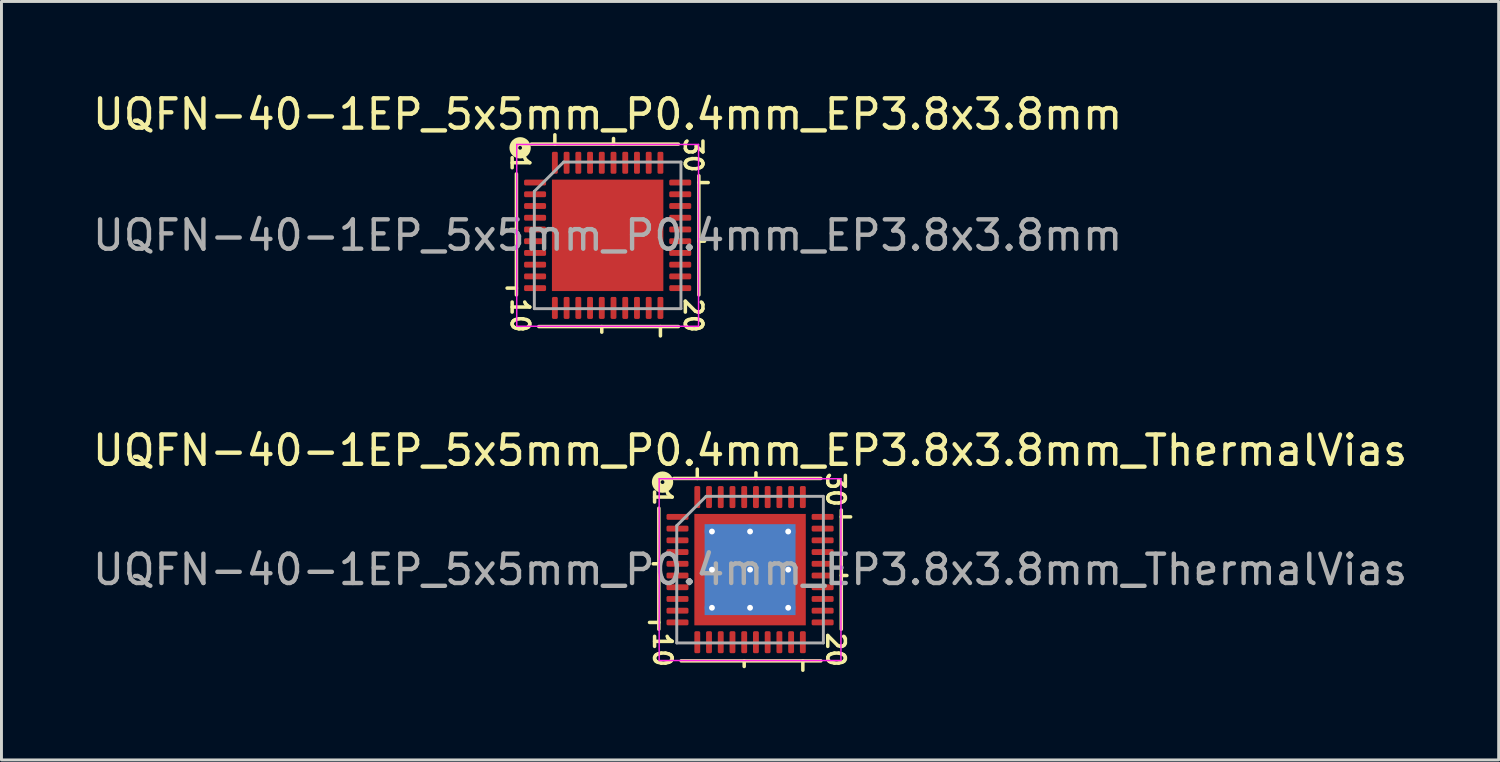
<source format=kicad_pcb>
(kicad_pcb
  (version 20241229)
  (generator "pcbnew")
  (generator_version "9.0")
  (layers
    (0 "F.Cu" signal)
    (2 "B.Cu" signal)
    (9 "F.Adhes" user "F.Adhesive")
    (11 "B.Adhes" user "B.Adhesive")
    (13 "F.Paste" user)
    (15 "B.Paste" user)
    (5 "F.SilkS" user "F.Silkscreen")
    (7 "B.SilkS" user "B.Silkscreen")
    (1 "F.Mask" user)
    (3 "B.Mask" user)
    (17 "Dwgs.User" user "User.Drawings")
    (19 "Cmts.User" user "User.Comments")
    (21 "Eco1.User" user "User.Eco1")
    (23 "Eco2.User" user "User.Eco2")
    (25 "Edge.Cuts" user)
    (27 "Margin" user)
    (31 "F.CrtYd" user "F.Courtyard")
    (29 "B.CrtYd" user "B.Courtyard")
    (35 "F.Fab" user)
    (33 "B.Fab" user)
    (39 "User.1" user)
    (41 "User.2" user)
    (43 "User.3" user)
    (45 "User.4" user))
  (footprint "UQFN-40-1EP_5x5mm_P0.4mm_EP3.8x3.8mm"
    (layer "F.Cu")
    (at 17.673 4.976)
    (property "Reference" "UQFN-40-1EP_5x5mm_P0.4mm_EP3.8x3.8mm" (at 0 -4.128 0) (layer "F.SilkS") (effects (font (size 1 1) (thickness 0.15))))
    (attr smd)
    (fp_line (start -3.111 -2.095) (end -3.111 2.032) (stroke (width 0.12) (type solid)) (layer "F.SilkS"))
    (fp_line (start -3.111 -0.2) (end -3.302 -0.2) (stroke (width 0.12) (type solid)) (layer "F.SilkS"))
    (fp_line (start -3.111 1.8) (end -3.429 1.8) (stroke (width 0.12) (type solid)) (layer "F.SilkS"))
    (fp_line (start -2.349 3.111) (end 2.413 3.111) (stroke (width 0.12) (type solid)) (layer "F.SilkS"))
    (fp_line (start -1.8 -3.111) (end -1.8 -3.429) (stroke (width 0.12) (type solid)) (layer "F.SilkS"))
    (fp_line (start -0.2 3.111) (end -0.2 3.302) (stroke (width 0.12) (type solid)) (layer "F.SilkS"))
    (fp_line (start 0.2 -3.111) (end 0.2 -3.302) (stroke (width 0.12) (type solid)) (layer "F.SilkS"))
    (fp_line (start 1.8 3.111) (end 1.8 3.429) (stroke (width 0.12) (type solid)) (layer "F.SilkS"))
    (fp_line (start 2.413 -3.111) (end -2.603 -3.111) (stroke (width 0.12) (type solid)) (layer "F.SilkS"))
    (fp_line (start 3.111 -1.8) (end 3.429 -1.8) (stroke (width 0.12) (type solid)) (layer "F.SilkS"))
    (fp_line (start 3.111 0.2) (end 3.302 0.2) (stroke (width 0.12) (type solid)) (layer "F.SilkS"))
    (fp_line (start 3.111 2.032) (end 3.111 -2.032) (stroke (width 0.12) (type solid)) (layer "F.SilkS"))
    (fp_circle (center -2.985 -2.985) (end -2.921 -2.985) (stroke (width 0.3) (type solid)) (fill no) (layer "F.SilkS"))
    (fp_line (start -3.1 -3.1) (end -3.1 3.1) (stroke (width 0.05) (type solid)) (layer "F.CrtYd"))
    (fp_line (start -3.1 3.1) (end 3.1 3.1) (stroke (width 0.05) (type solid)) (layer "F.CrtYd"))
    (fp_line (start 3.1 -3.1) (end -3.1 -3.1) (stroke (width 0.05) (type solid)) (layer "F.CrtYd"))
    (fp_line (start 3.1 3.1) (end 3.1 -3.1) (stroke (width 0.05) (type solid)) (layer "F.CrtYd"))
    (fp_line (start -2.5 -1.5) (end -1.5 -2.5) (stroke (width 0.1) (type solid)) (layer "F.Fab"))
    (fp_line (start -2.5 2.5) (end -2.5 -1.5) (stroke (width 0.1) (type solid)) (layer "F.Fab"))
    (fp_line (start -1.5 -2.5) (end 2.5 -2.5) (stroke (width 0.1) (type solid)) (layer "F.Fab"))
    (fp_line (start 2.5 -2.5) (end 2.5 2.5) (stroke (width 0.1) (type solid)) (layer "F.Fab"))
    (fp_line (start 2.5 2.5) (end -2.5 2.5) (stroke (width 0.1) (type solid)) (layer "F.Fab"))
    (fp_text user "20" (at 2.921 2.731 270) (unlocked yes) (layer "F.SilkS") (effects (font (size 0.6 0.6) (thickness 0.12))))
    (fp_text user "10" (at -2.985 2.731 270) (unlocked yes) (layer "F.SilkS") (effects (font (size 0.6 0.6) (thickness 0.12))))
    (fp_text user "30" (at 2.921 -2.731 270) (unlocked yes) (layer "F.SilkS") (effects (font (size 0.6 0.6) (thickness 0.12))))
    (fp_text user "1" (at -2.985 -2.477 270) (unlocked yes) (layer "F.SilkS") (effects (font (size 0.6 0.6) (thickness 0.12))))
    (fp_text user "${REFERENCE}" (at 0 0 0) (layer "F.Fab") (effects (font (size 1 1) (thickness 0.15))))
    (pad "" smd roundrect (at -1.27 -1.27) (size 1.02 1.02) (layers "F.Paste") (roundrect_rratio 0.245))
    (pad "" smd roundrect (at -1.27 0) (size 1.02 1.02) (layers "F.Paste") (roundrect_rratio 0.245))
    (pad "" smd roundrect (at -1.27 1.27) (size 1.02 1.02) (layers "F.Paste") (roundrect_rratio 0.245))
    (pad "" smd roundrect (at 0 -1.27) (size 1.02 1.02) (layers "F.Paste") (roundrect_rratio 0.245))
    (pad "" smd roundrect (at 0 0) (size 1.02 1.02) (layers "F.Paste") (roundrect_rratio 0.245))
    (pad "" smd roundrect (at 0 1.27) (size 1.02 1.02) (layers "F.Paste") (roundrect_rratio 0.245))
    (pad "" smd roundrect (at 1.27 -1.27) (size 1.02 1.02) (layers "F.Paste") (roundrect_rratio 0.245))
    (pad "" smd roundrect (at 1.27 0) (size 1.02 1.02) (layers "F.Paste") (roundrect_rratio 0.245))
    (pad "" smd roundrect (at 1.27 1.27) (size 1.02 1.02) (layers "F.Paste") (roundrect_rratio 0.245))
    (pad "1" smd roundrect (at -2.475 -1.8) (size 0.75 0.2) (layers "F.Cu" "F.Mask" "F.Paste") (roundrect_rratio 0.25))
    (pad "2" smd roundrect (at -2.475 -1.4) (size 0.75 0.2) (layers "F.Cu" "F.Mask" "F.Paste") (roundrect_rratio 0.25))
    (pad "3" smd roundrect (at -2.475 -1) (size 0.75 0.2) (layers "F.Cu" "F.Mask" "F.Paste") (roundrect_rratio 0.25))
    (pad "4" smd roundrect (at -2.475 -0.6) (size 0.75 0.2) (layers "F.Cu" "F.Mask" "F.Paste") (roundrect_rratio 0.25))
    (pad "5" smd roundrect (at -2.475 -0.2) (size 0.75 0.2) (layers "F.Cu" "F.Mask" "F.Paste") (roundrect_rratio 0.25))
    (pad "6" smd roundrect (at -2.475 0.2) (size 0.75 0.2) (layers "F.Cu" "F.Mask" "F.Paste") (roundrect_rratio 0.25))
    (pad "7" smd roundrect (at -2.475 0.6) (size 0.75 0.2) (layers "F.Cu" "F.Mask" "F.Paste") (roundrect_rratio 0.25))
    (pad "8" smd roundrect (at -2.475 1) (size 0.75 0.2) (layers "F.Cu" "F.Mask" "F.Paste") (roundrect_rratio 0.25))
    (pad "9" smd roundrect (at -2.475 1.4) (size 0.75 0.2) (layers "F.Cu" "F.Mask" "F.Paste") (roundrect_rratio 0.25))
    (pad "10" smd roundrect (at -2.475 1.8) (size 0.75 0.2) (layers "F.Cu" "F.Mask" "F.Paste") (roundrect_rratio 0.25))
    (pad "11" smd roundrect (at -1.8 2.475) (size 0.2 0.75) (layers "F.Cu" "F.Mask" "F.Paste") (roundrect_rratio 0.25))
    (pad "12" smd roundrect (at -1.4 2.475) (size 0.2 0.75) (layers "F.Cu" "F.Mask" "F.Paste") (roundrect_rratio 0.25))
    (pad "13" smd roundrect (at -1 2.475) (size 0.2 0.75) (layers "F.Cu" "F.Mask" "F.Paste") (roundrect_rratio 0.25))
    (pad "14" smd roundrect (at -0.6 2.475) (size 0.2 0.75) (layers "F.Cu" "F.Mask" "F.Paste") (roundrect_rratio 0.25))
    (pad "15" smd roundrect (at -0.2 2.475) (size 0.2 0.75) (layers "F.Cu" "F.Mask" "F.Paste") (roundrect_rratio 0.25))
    (pad "16" smd roundrect (at 0.2 2.475) (size 0.2 0.75) (layers "F.Cu" "F.Mask" "F.Paste") (roundrect_rratio 0.25))
    (pad "17" smd roundrect (at 0.6 2.475) (size 0.2 0.75) (layers "F.Cu" "F.Mask" "F.Paste") (roundrect_rratio 0.25))
    (pad "18" smd roundrect (at 1 2.475) (size 0.2 0.75) (layers "F.Cu" "F.Mask" "F.Paste") (roundrect_rratio 0.25))
    (pad "19" smd roundrect (at 1.4 2.475) (size 0.2 0.75) (layers "F.Cu" "F.Mask" "F.Paste") (roundrect_rratio 0.25))
    (pad "20" smd roundrect (at 1.8 2.475) (size 0.2 0.75) (layers "F.Cu" "F.Mask" "F.Paste") (roundrect_rratio 0.25))
    (pad "21" smd roundrect (at 2.475 1.8) (size 0.75 0.2) (layers "F.Cu" "F.Mask" "F.Paste") (roundrect_rratio 0.25))
    (pad "22" smd roundrect (at 2.475 1.4) (size 0.75 0.2) (layers "F.Cu" "F.Mask" "F.Paste") (roundrect_rratio 0.25))
    (pad "23" smd roundrect (at 2.475 1) (size 0.75 0.2) (layers "F.Cu" "F.Mask" "F.Paste") (roundrect_rratio 0.25))
    (pad "24" smd roundrect (at 2.475 0.6) (size 0.75 0.2) (layers "F.Cu" "F.Mask" "F.Paste") (roundrect_rratio 0.25))
    (pad "25" smd roundrect (at 2.475 0.2) (size 0.75 0.2) (layers "F.Cu" "F.Mask" "F.Paste") (roundrect_rratio 0.25))
    (pad "26" smd roundrect (at 2.475 -0.2) (size 0.75 0.2) (layers "F.Cu" "F.Mask" "F.Paste") (roundrect_rratio 0.25))
    (pad "27" smd roundrect (at 2.475 -0.6) (size 0.75 0.2) (layers "F.Cu" "F.Mask" "F.Paste") (roundrect_rratio 0.25))
    (pad "28" smd roundrect (at 2.475 -1) (size 0.75 0.2) (layers "F.Cu" "F.Mask" "F.Paste") (roundrect_rratio 0.25))
    (pad "29" smd roundrect (at 2.475 -1.4) (size 0.75 0.2) (layers "F.Cu" "F.Mask" "F.Paste") (roundrect_rratio 0.25))
    (pad "30" smd roundrect (at 2.475 -1.8) (size 0.75 0.2) (layers "F.Cu" "F.Mask" "F.Paste") (roundrect_rratio 0.25))
    (pad "31" smd roundrect (at 1.8 -2.475) (size 0.2 0.75) (layers "F.Cu" "F.Mask" "F.Paste") (roundrect_rratio 0.25))
    (pad "32" smd roundrect (at 1.4 -2.475) (size 0.2 0.75) (layers "F.Cu" "F.Mask" "F.Paste") (roundrect_rratio 0.25))
    (pad "33" smd roundrect (at 1 -2.475) (size 0.2 0.75) (layers "F.Cu" "F.Mask" "F.Paste") (roundrect_rratio 0.25))
    (pad "34" smd roundrect (at 0.6 -2.475) (size 0.2 0.75) (layers "F.Cu" "F.Mask" "F.Paste") (roundrect_rratio 0.25))
    (pad "35" smd roundrect (at 0.2 -2.475) (size 0.2 0.75) (layers "F.Cu" "F.Mask" "F.Paste") (roundrect_rratio 0.25))
    (pad "36" smd roundrect (at -0.2 -2.475) (size 0.2 0.75) (layers "F.Cu" "F.Mask" "F.Paste") (roundrect_rratio 0.25))
    (pad "37" smd roundrect (at -0.6 -2.475) (size 0.2 0.75) (layers "F.Cu" "F.Mask" "F.Paste") (roundrect_rratio 0.25))
    (pad "38" smd roundrect (at -1 -2.475) (size 0.2 0.75) (layers "F.Cu" "F.Mask" "F.Paste") (roundrect_rratio 0.25))
    (pad "39" smd roundrect (at -1.4 -2.475) (size 0.2 0.75) (layers "F.Cu" "F.Mask" "F.Paste") (roundrect_rratio 0.25))
    (pad "40" smd roundrect (at -1.8 -2.475) (size 0.2 0.75) (layers "F.Cu" "F.Mask" "F.Paste") (roundrect_rratio 0.25))
    (pad "41" smd rect (at 0 0) (size 3.8 3.8) (layers "F.Cu" "F.Mask")))
  (footprint "UQFN-40-1EP_5x5mm_P0.4mm_EP3.8x3.8mm_ThermalVias"
    (layer "F.Cu")
    (at 22.53 16.377)
    (property "Reference" "UQFN-40-1EP_5x5mm_P0.4mm_EP3.8x3.8mm_ThermalVias" (at 0 -4.064 0) (layer "F.SilkS") (effects (font (size 1 1) (thickness 0.15))))
    (attr smd)
    (fp_line (start -3.111 -2.095) (end -3.111 2.032) (stroke (width 0.12) (type solid)) (layer "F.SilkS"))
    (fp_line (start -3.111 -0.2) (end -3.302 -0.2) (stroke (width 0.12) (type solid)) (layer "F.SilkS"))
    (fp_line (start -3.111 1.8) (end -3.429 1.8) (stroke (width 0.12) (type solid)) (layer "F.SilkS"))
    (fp_line (start -2.349 3.111) (end 2.413 3.111) (stroke (width 0.12) (type solid)) (layer "F.SilkS"))
    (fp_line (start -1.8 -3.111) (end -1.8 -3.429) (stroke (width 0.12) (type solid)) (layer "F.SilkS"))
    (fp_line (start -0.2 3.111) (end -0.2 3.302) (stroke (width 0.12) (type solid)) (layer "F.SilkS"))
    (fp_line (start 0.2 -3.111) (end 0.2 -3.302) (stroke (width 0.12) (type solid)) (layer "F.SilkS"))
    (fp_line (start 1.8 3.111) (end 1.8 3.429) (stroke (width 0.12) (type solid)) (layer "F.SilkS"))
    (fp_line (start 2.413 -3.111) (end -2.603 -3.111) (stroke (width 0.12) (type solid)) (layer "F.SilkS"))
    (fp_line (start 3.111 -1.8) (end 3.429 -1.8) (stroke (width 0.12) (type solid)) (layer "F.SilkS"))
    (fp_line (start 3.111 0.2) (end 3.302 0.2) (stroke (width 0.12) (type solid)) (layer "F.SilkS"))
    (fp_line (start 3.111 2.032) (end 3.111 -2.032) (stroke (width 0.12) (type solid)) (layer "F.SilkS"))
    (fp_circle (center -2.985 -2.985) (end -2.921 -2.985) (stroke (width 0.3) (type solid)) (fill no) (layer "F.SilkS"))
    (fp_line (start -3.1 -3.1) (end -3.1 3.1) (stroke (width 0.05) (type solid)) (layer "F.CrtYd"))
    (fp_line (start -3.1 3.1) (end 3.1 3.1) (stroke (width 0.05) (type solid)) (layer "F.CrtYd"))
    (fp_line (start 3.1 -3.1) (end -3.1 -3.1) (stroke (width 0.05) (type solid)) (layer "F.CrtYd"))
    (fp_line (start 3.1 3.1) (end 3.1 -3.1) (stroke (width 0.05) (type solid)) (layer "F.CrtYd"))
    (fp_line (start -2.5 -1.5) (end -1.5 -2.5) (stroke (width 0.1) (type solid)) (layer "F.Fab"))
    (fp_line (start -2.5 2.5) (end -2.5 -1.5) (stroke (width 0.1) (type solid)) (layer "F.Fab"))
    (fp_line (start -1.5 -2.5) (end 2.5 -2.5) (stroke (width 0.1) (type solid)) (layer "F.Fab"))
    (fp_line (start 2.5 -2.5) (end 2.5 2.5) (stroke (width 0.1) (type solid)) (layer "F.Fab"))
    (fp_line (start 2.5 2.5) (end -2.5 2.5) (stroke (width 0.1) (type solid)) (layer "F.Fab"))
    (fp_text user "30" (at 2.921 -2.731 270) (unlocked yes) (layer "F.SilkS") (effects (font (size 0.6 0.6) (thickness 0.12))))
    (fp_text user "20" (at 2.921 2.731 270) (unlocked yes) (layer "F.SilkS") (effects (font (size 0.6 0.6) (thickness 0.12))))
    (fp_text user "1" (at -2.985 -2.477 270) (unlocked yes) (layer "F.SilkS") (effects (font (size 0.6 0.6) (thickness 0.12))))
    (fp_text user "10" (at -2.985 2.731 270) (unlocked yes) (layer "F.SilkS") (effects (font (size 0.6 0.6) (thickness 0.12))))
    (fp_text user "${REFERENCE}" (at 0 0 0) (layer "F.Fab") (effects (font (size 1 1) (thickness 0.15))))
    (pad "" smd custom (at -1.6 -1.6) (size 0.366 0.366) (layers "F.Paste") (options (anchor circle)) (primitives (gr_poly (pts (xy 0.124 0.026) (xy 0.026 0.124) (xy -0.124 0.124) (xy -0.124 -0.124) (xy 0.124 -0.124)) (width 0.236) (fill yes))))
    (pad "" smd custom (at -1.6 -0.65) (size 0.414 0.414) (layers "F.Paste") (options (anchor circle)) (primitives (gr_poly (pts (xy 0.172 -0.396) (xy 0.172 0.396) (xy 0.114 0.454) (xy -0.172 0.454) (xy -0.172 -0.454) (xy 0.114 -0.454)) (width 0.14) (fill yes))))
    (pad "" smd custom (at -1.6 0.65) (size 0.414 0.414) (layers "F.Paste") (options (anchor circle)) (primitives (gr_poly (pts (xy 0.172 -0.396) (xy 0.172 0.396) (xy 0.114 0.454) (xy -0.172 0.454) (xy -0.172 -0.454) (xy 0.114 -0.454)) (width 0.14) (fill yes))))
    (pad "" smd custom (at -1.6 1.6) (size 0.366 0.366) (layers "F.Paste") (options (anchor circle)) (primitives (gr_poly (pts (xy 0.124 -0.026) (xy 0.124 0.124) (xy -0.124 0.124) (xy -0.124 -0.124) (xy 0.026 -0.124)) (width 0.236) (fill yes))))
    (pad "" smd custom (at -0.65 -1.6) (size 0.414 0.414) (layers "F.Paste") (options (anchor circle)) (primitives (gr_poly (pts (xy 0.454 0.114) (xy 0.396 0.172) (xy -0.396 0.172) (xy -0.454 0.114) (xy -0.454 -0.172) (xy 0.454 -0.172)) (width 0.14) (fill yes))))
    (pad "" smd roundrect (at -0.65 -0.65) (size 1.048 1.048) (layers "F.Paste") (roundrect_rratio 0.239))
    (pad "" smd roundrect (at -0.65 0.65) (size 1.048 1.048) (layers "F.Paste") (roundrect_rratio 0.239))
    (pad "" smd custom (at -0.65 1.6) (size 0.414 0.414) (layers "F.Paste") (options (anchor circle)) (primitives (gr_poly (pts (xy 0.454 -0.114) (xy 0.454 0.172) (xy -0.454 0.172) (xy -0.454 -0.114) (xy -0.396 -0.172) (xy 0.396 -0.172)) (width 0.14) (fill yes))))
    (pad "" smd custom (at 0.65 -1.6) (size 0.414 0.414) (layers "F.Paste") (options (anchor circle)) (primitives (gr_poly (pts (xy 0.454 0.114) (xy 0.396 0.172) (xy -0.396 0.172) (xy -0.454 0.114) (xy -0.454 -0.172) (xy 0.454 -0.172)) (width 0.14) (fill yes))))
    (pad "" smd roundrect (at 0.65 -0.65) (size 1.048 1.048) (layers "F.Paste") (roundrect_rratio 0.239))
    (pad "" smd roundrect (at 0.65 0.65) (size 1.048 1.048) (layers "F.Paste") (roundrect_rratio 0.239))
    (pad "" smd custom (at 0.65 1.6) (size 0.414 0.414) (layers "F.Paste") (options (anchor circle)) (primitives (gr_poly (pts (xy 0.454 -0.114) (xy 0.454 0.172) (xy -0.454 0.172) (xy -0.454 -0.114) (xy -0.396 -0.172) (xy 0.396 -0.172)) (width 0.14) (fill yes))))
    (pad "" smd custom (at 1.6 -1.6) (size 0.366 0.366) (layers "F.Paste") (options (anchor circle)) (primitives (gr_poly (pts (xy 0.124 0.124) (xy -0.026 0.124) (xy -0.124 0.026) (xy -0.124 -0.124) (xy 0.124 -0.124)) (width 0.236) (fill yes))))
    (pad "" smd custom (at 1.6 -0.65) (size 0.414 0.414) (layers "F.Paste") (options (anchor circle)) (primitives (gr_poly (pts (xy 0.172 0.454) (xy -0.114 0.454) (xy -0.172 0.396) (xy -0.172 -0.396) (xy -0.114 -0.454) (xy 0.172 -0.454)) (width 0.14) (fill yes))))
    (pad "" smd custom (at 1.6 0.65) (size 0.414 0.414) (layers "F.Paste") (options (anchor circle)) (primitives (gr_poly (pts (xy 0.172 0.454) (xy -0.114 0.454) (xy -0.172 0.396) (xy -0.172 -0.396) (xy -0.114 -0.454) (xy 0.172 -0.454)) (width 0.14) (fill yes))))
    (pad "" smd custom (at 1.6 1.6) (size 0.366 0.366) (layers "F.Paste") (options (anchor circle)) (primitives (gr_poly (pts (xy 0.124 0.124) (xy -0.124 0.124) (xy -0.124 -0.026) (xy -0.026 -0.124) (xy 0.124 -0.124)) (width 0.236) (fill yes))))
    (pad "1" smd roundrect (at -2.475 -1.8) (size 0.75 0.2) (layers "F.Cu" "F.Mask" "F.Paste") (roundrect_rratio 0.25))
    (pad "2" smd roundrect (at -2.475 -1.4) (size 0.75 0.2) (layers "F.Cu" "F.Mask" "F.Paste") (roundrect_rratio 0.25))
    (pad "3" smd roundrect (at -2.475 -1) (size 0.75 0.2) (layers "F.Cu" "F.Mask" "F.Paste") (roundrect_rratio 0.25))
    (pad "4" smd roundrect (at -2.475 -0.6) (size 0.75 0.2) (layers "F.Cu" "F.Mask" "F.Paste") (roundrect_rratio 0.25))
    (pad "5" smd roundrect (at -2.475 -0.2) (size 0.75 0.2) (layers "F.Cu" "F.Mask" "F.Paste") (roundrect_rratio 0.25))
    (pad "6" smd roundrect (at -2.475 0.2) (size 0.75 0.2) (layers "F.Cu" "F.Mask" "F.Paste") (roundrect_rratio 0.25))
    (pad "7" smd roundrect (at -2.475 0.6) (size 0.75 0.2) (layers "F.Cu" "F.Mask" "F.Paste") (roundrect_rratio 0.25))
    (pad "8" smd roundrect (at -2.475 1) (size 0.75 0.2) (layers "F.Cu" "F.Mask" "F.Paste") (roundrect_rratio 0.25))
    (pad "9" smd roundrect (at -2.475 1.4) (size 0.75 0.2) (layers "F.Cu" "F.Mask" "F.Paste") (roundrect_rratio 0.25))
    (pad "10" smd roundrect (at -2.475 1.8) (size 0.75 0.2) (layers "F.Cu" "F.Mask" "F.Paste") (roundrect_rratio 0.25))
    (pad "11" smd roundrect (at -1.8 2.475) (size 0.2 0.75) (layers "F.Cu" "F.Mask" "F.Paste") (roundrect_rratio 0.25))
    (pad "12" smd roundrect (at -1.4 2.475) (size 0.2 0.75) (layers "F.Cu" "F.Mask" "F.Paste") (roundrect_rratio 0.25))
    (pad "13" smd roundrect (at -1 2.475) (size 0.2 0.75) (layers "F.Cu" "F.Mask" "F.Paste") (roundrect_rratio 0.25))
    (pad "14" smd roundrect (at -0.6 2.475) (size 0.2 0.75) (layers "F.Cu" "F.Mask" "F.Paste") (roundrect_rratio 0.25))
    (pad "15" smd roundrect (at -0.2 2.475) (size 0.2 0.75) (layers "F.Cu" "F.Mask" "F.Paste") (roundrect_rratio 0.25))
    (pad "16" smd roundrect (at 0.2 2.475) (size 0.2 0.75) (layers "F.Cu" "F.Mask" "F.Paste") (roundrect_rratio 0.25))
    (pad "17" smd roundrect (at 0.6 2.475) (size 0.2 0.75) (layers "F.Cu" "F.Mask" "F.Paste") (roundrect_rratio 0.25))
    (pad "18" smd roundrect (at 1 2.475) (size 0.2 0.75) (layers "F.Cu" "F.Mask" "F.Paste") (roundrect_rratio 0.25))
    (pad "19" smd roundrect (at 1.4 2.475) (size 0.2 0.75) (layers "F.Cu" "F.Mask" "F.Paste") (roundrect_rratio 0.25))
    (pad "20" smd roundrect (at 1.8 2.475) (size 0.2 0.75) (layers "F.Cu" "F.Mask" "F.Paste") (roundrect_rratio 0.25))
    (pad "21" smd roundrect (at 2.475 1.8) (size 0.75 0.2) (layers "F.Cu" "F.Mask" "F.Paste") (roundrect_rratio 0.25))
    (pad "22" smd roundrect (at 2.475 1.4) (size 0.75 0.2) (layers "F.Cu" "F.Mask" "F.Paste") (roundrect_rratio 0.25))
    (pad "23" smd roundrect (at 2.475 1) (size 0.75 0.2) (layers "F.Cu" "F.Mask" "F.Paste") (roundrect_rratio 0.25))
    (pad "24" smd roundrect (at 2.475 0.6) (size 0.75 0.2) (layers "F.Cu" "F.Mask" "F.Paste") (roundrect_rratio 0.25))
    (pad "25" smd roundrect (at 2.475 0.2) (size 0.75 0.2) (layers "F.Cu" "F.Mask" "F.Paste") (roundrect_rratio 0.25))
    (pad "26" smd roundrect (at 2.475 -0.2) (size 0.75 0.2) (layers "F.Cu" "F.Mask" "F.Paste") (roundrect_rratio 0.25))
    (pad "27" smd roundrect (at 2.475 -0.6) (size 0.75 0.2) (layers "F.Cu" "F.Mask" "F.Paste") (roundrect_rratio 0.25))
    (pad "28" smd roundrect (at 2.475 -1) (size 0.75 0.2) (layers "F.Cu" "F.Mask" "F.Paste") (roundrect_rratio 0.25))
    (pad "29" smd roundrect (at 2.475 -1.4) (size 0.75 0.2) (layers "F.Cu" "F.Mask" "F.Paste") (roundrect_rratio 0.25))
    (pad "30" smd roundrect (at 2.475 -1.8) (size 0.75 0.2) (layers "F.Cu" "F.Mask" "F.Paste") (roundrect_rratio 0.25))
    (pad "31" smd roundrect (at 1.8 -2.475) (size 0.2 0.75) (layers "F.Cu" "F.Mask" "F.Paste") (roundrect_rratio 0.25))
    (pad "32" smd roundrect (at 1.4 -2.475) (size 0.2 0.75) (layers "F.Cu" "F.Mask" "F.Paste") (roundrect_rratio 0.25))
    (pad "33" smd roundrect (at 1 -2.475) (size 0.2 0.75) (layers "F.Cu" "F.Mask" "F.Paste") (roundrect_rratio 0.25))
    (pad "34" smd roundrect (at 0.6 -2.475) (size 0.2 0.75) (layers "F.Cu" "F.Mask" "F.Paste") (roundrect_rratio 0.25))
    (pad "35" smd roundrect (at 0.2 -2.475) (size 0.2 0.75) (layers "F.Cu" "F.Mask" "F.Paste") (roundrect_rratio 0.25))
    (pad "36" smd roundrect (at -0.2 -2.475) (size 0.2 0.75) (layers "F.Cu" "F.Mask" "F.Paste") (roundrect_rratio 0.25))
    (pad "37" smd roundrect (at -0.6 -2.475) (size 0.2 0.75) (layers "F.Cu" "F.Mask" "F.Paste") (roundrect_rratio 0.25))
    (pad "38" smd roundrect (at -1 -2.475) (size 0.2 0.75) (layers "F.Cu" "F.Mask" "F.Paste") (roundrect_rratio 0.25))
    (pad "39" smd roundrect (at -1.4 -2.475) (size 0.2 0.75) (layers "F.Cu" "F.Mask" "F.Paste") (roundrect_rratio 0.25))
    (pad "40" smd roundrect (at -1.8 -2.475) (size 0.2 0.75) (layers "F.Cu" "F.Mask" "F.Paste") (roundrect_rratio 0.25))
    (pad "41" thru_hole circle (at -1.3 -1.3) (size 0.5 0.5) (drill 0.2) (layers "*.Cu"))
    (pad "41" thru_hole circle (at -1.3 0) (size 0.5 0.5) (drill 0.2) (layers "*.Cu"))
    (pad "41" thru_hole circle (at -1.3 1.3) (size 0.5 0.5) (drill 0.2) (layers "*.Cu"))
    (pad "41" thru_hole circle (at 0 -1.3) (size 0.5 0.5) (drill 0.2) (layers "*.Cu"))
    (pad "41" thru_hole circle (at 0 0) (size 0.5 0.5) (drill 0.2) (layers "*.Cu"))
    (pad "41" smd rect (at 0 0) (size 3.1 3.1) (layers "B.Cu" "B.Mask"))
    (pad "41" smd rect (at 0 0) (size 3.8 3.8) (layers "F.Cu" "F.Mask"))
    (pad "41" thru_hole circle (at 0 1.3) (size 0.5 0.5) (drill 0.2) (layers "*.Cu"))
    (pad "41" thru_hole circle (at 1.3 -1.3) (size 0.5 0.5) (drill 0.2) (layers "*.Cu"))
    (pad "41" thru_hole circle (at 1.3 0) (size 0.5 0.5) (drill 0.2) (layers "*.Cu"))
    (pad "41" thru_hole circle (at 1.3 1.3) (size 0.5 0.5) (drill 0.2) (layers "*.Cu")))
  (gr_rect
    (start -3 -3)
    (end 48.06 22.866)
    (stroke (width 0.1) (type default))
    (fill no)
    (layer "Edge.Cuts")))
</source>
